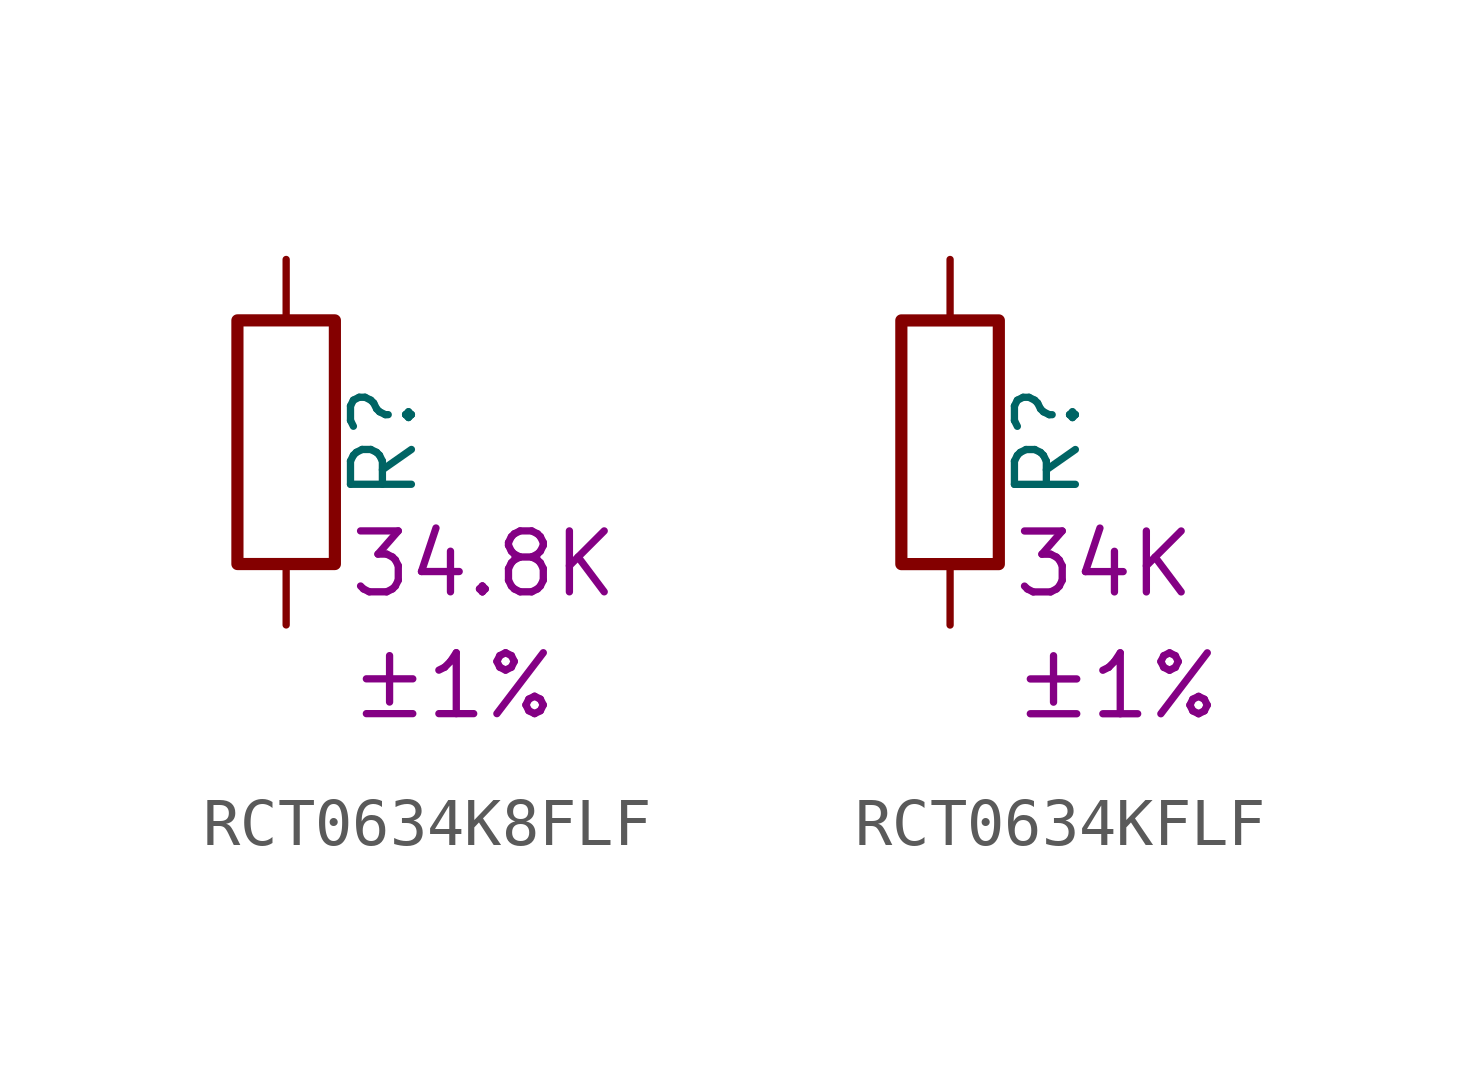
<source format=kicad_sym>
(kicad_symbol_lib
  (version 20220914)
  (generator kicad_symbol_editor)
  (symbol "RCT0634K8FLF"
    (pin_numbers hide)
    (pin_names
      (offset 0))
    (property "Reference" "R"
      (at 2.032 0 90)
      (effects (font (size 1.27 1.27))))
    (property "Resistance" "34.8K"
      (at 1.27 -2.54 0)
      (effects (font (size 1.27 1.27)) (justify left)))
    (property "Tolerance" "±1%"
      (at 1.27 -5.08 0)
      (effects (font (size 1.27 1.27)) (justify left)))
    (symbol "RCT0634K8FLF_0_1"
      (rectangle (start -1.016 -2.54) (end 1.016 2.54) (stroke (width 0.254) (type default)) (fill (type none))))
    (symbol "RCT0634K8FLF_1_1"
      (pin passive line (at 0 3.81 270) (length 1.27) (name "~" (effects (font (size 1.27 1.27)))) (number "1" (effects (font (size 1.27 1.27)))))
      (pin passive line (at 0 -3.81 90) (length 1.27) (name "~" (effects (font (size 1.27 1.27)))) (number "2" (effects (font (size 1.27 1.27)))))))
  (symbol "RCT0634KFLF"
    (pin_numbers hide)
    (pin_names
      (offset 0))
    (property "Reference" "R"
      (at 2.032 0 90)
      (effects (font (size 1.27 1.27))))
    (property "Resistance" "34K"
      (at 1.27 -2.54 0)
      (effects (font (size 1.27 1.27)) (justify left)))
    (property "Tolerance" "±1%"
      (at 1.27 -5.08 0)
      (effects (font (size 1.27 1.27)) (justify left)))
    (symbol "RCT0634KFLF_0_1"
      (rectangle (start -1.016 -2.54) (end 1.016 2.54) (stroke (width 0.254) (type default)) (fill (type none))))
    (symbol "RCT0634KFLF_1_1"
      (pin passive line (at 0 3.81 270) (length 1.27) (name "~" (effects (font (size 1.27 1.27)))) (number "1" (effects (font (size 1.27 1.27)))))
      (pin passive line (at 0 -3.81 90) (length 1.27) (name "~" (effects (font (size 1.27 1.27)))) (number "2" (effects (font (size 1.27 1.27))))))))
</source>
